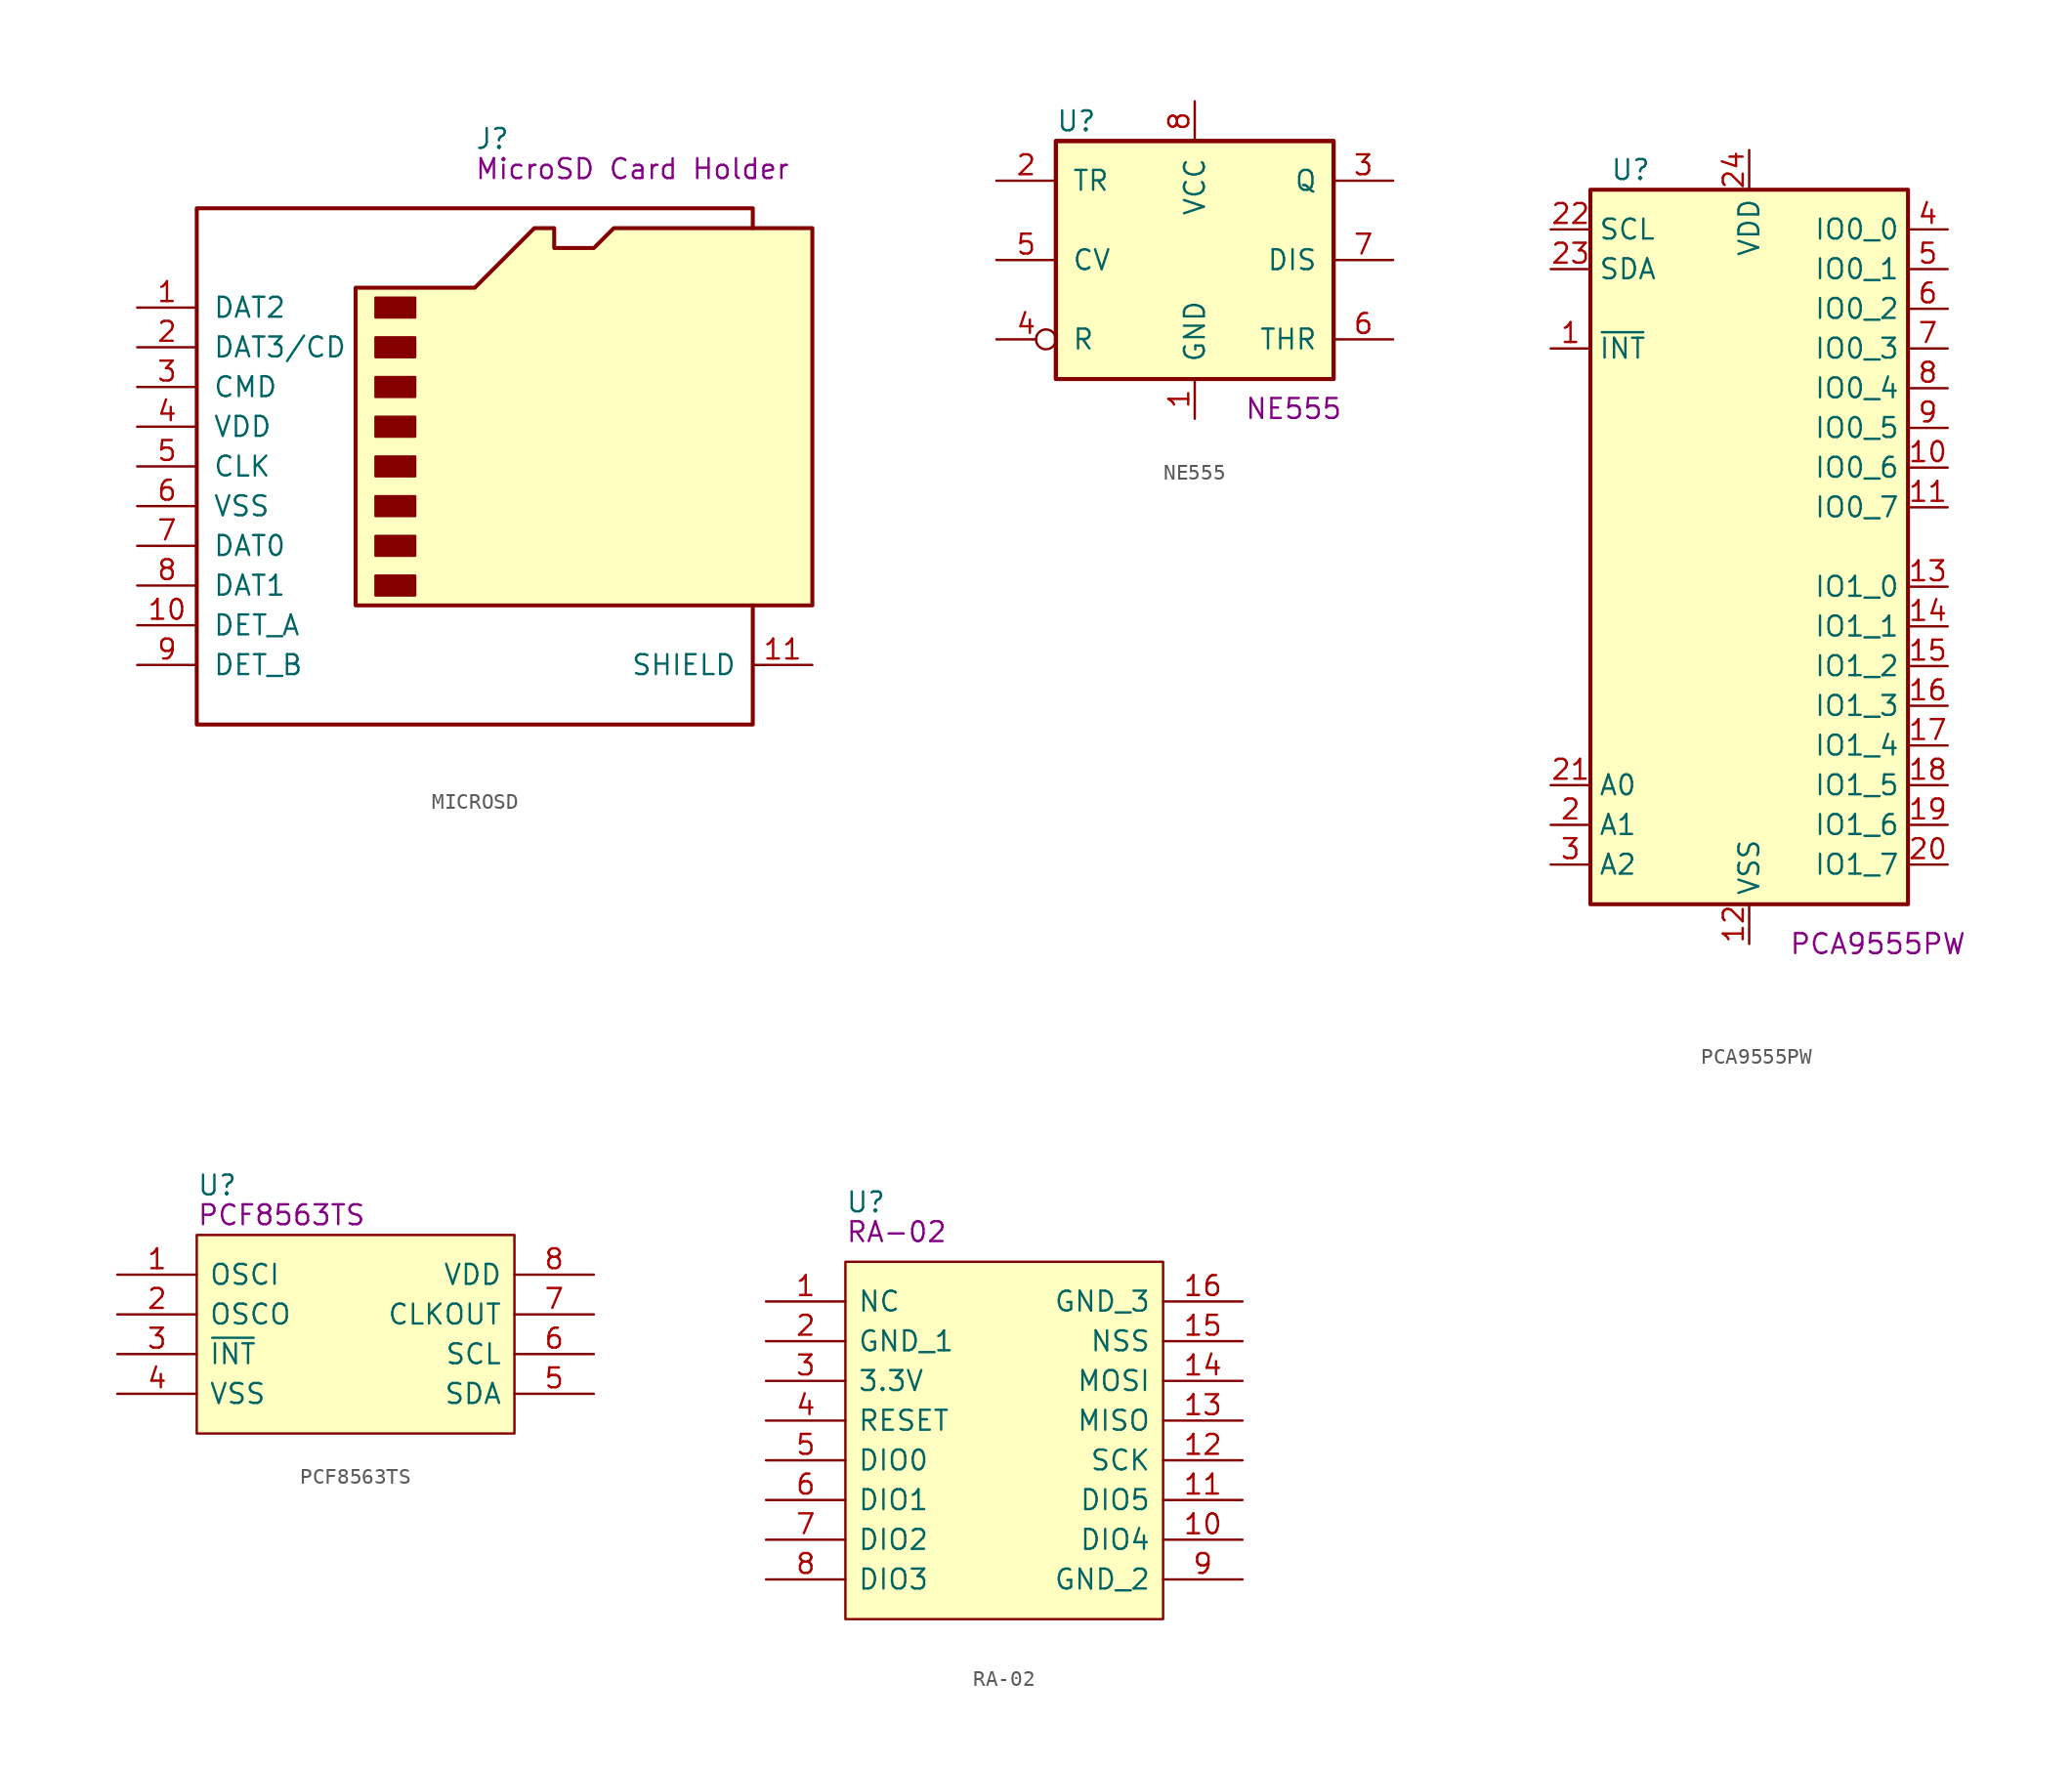
<source format=kicad_sym>
(kicad_symbol_lib
  (version 20211014)
  (generator kicad_symbol_editor)
  (symbol "MICROSD"
    (pin_names
      (offset 1.016))
    (property "Reference" "J"
      (at 0 20.32 0)
      (effects (font (size 1.27 1.27)) (justify left)))
    (property "Symbol" "MicroSD Card Holder"
      (at -0.025 18.39 0)
      (effects (font (size 1.27 1.27)) (justify left)))
    (symbol "MICROSD_0_1"
      (rectangle (start -6.35 -7.62) (end -3.81 -8.89) (stroke (width 0) (type default) (color 0 0 0 0)) (fill (type outline)))
      (rectangle (start -6.35 -5.08) (end -3.81 -6.35) (stroke (width 0) (type default) (color 0 0 0 0)) (fill (type outline)))
      (rectangle (start -6.35 -2.54) (end -3.81 -3.81) (stroke (width 0) (type default) (color 0 0 0 0)) (fill (type outline)))
      (rectangle (start -6.35 0) (end -3.81 -1.27) (stroke (width 0) (type default) (color 0 0 0 0)) (fill (type outline)))
      (rectangle (start -6.35 2.54) (end -3.81 1.27) (stroke (width 0) (type default) (color 0 0 0 0)) (fill (type outline)))
      (rectangle (start -6.35 5.08) (end -3.81 3.81) (stroke (width 0) (type default) (color 0 0 0 0)) (fill (type outline)))
      (rectangle (start -6.35 7.62) (end -3.81 6.35) (stroke (width 0) (type default) (color 0 0 0 0)) (fill (type outline)))
      (rectangle (start -6.35 10.16) (end -3.81 8.89) (stroke (width 0) (type default) (color 0 0 0 0)) (fill (type outline)))
      (polyline (pts (xy 17.78 14.605) (xy 17.78 15.875) (xy -17.78 15.875) (xy -17.78 -17.145) (xy 17.78 -17.145) (xy 17.78 -9.525)) (stroke (width 0.254) (type default) (color 0 0 0 0)) (fill (type none)))
      (polyline (pts (xy -7.62 -9.525) (xy -7.62 10.795) (xy 0 10.795) (xy 3.81 14.605) (xy 5.08 14.605) (xy 5.08 13.335) (xy 7.62 13.335) (xy 8.89 14.605) (xy 21.59 14.605) (xy 21.59 -9.525) (xy -7.62 -9.525)) (stroke (width 0.254) (type default) (color 0 0 0 0)) (fill (type background))))
    (symbol "MICROSD_1_1"
      (pin bidirectional line (at -21.59 9.525 0) (length 3.81) (name "DAT2" (effects (font (size 1.27 1.27)))) (number "1" (effects (font (size 1.27 1.27)))))
      (pin passive line (at -21.59 -10.795 0) (length 3.81) (name "DET_A" (effects (font (size 1.27 1.27)))) (number "10" (effects (font (size 1.27 1.27)))))
      (pin passive line (at 21.59 -13.335 180) (length 3.81) (name "SHIELD" (effects (font (size 1.27 1.27)))) (number "11" (effects (font (size 1.27 1.27)))))
      (pin bidirectional line (at -21.59 6.985 0) (length 3.81) (name "DAT3/CD" (effects (font (size 1.27 1.27)))) (number "2" (effects (font (size 1.27 1.27)))))
      (pin input line (at -21.59 4.445 0) (length 3.81) (name "CMD" (effects (font (size 1.27 1.27)))) (number "3" (effects (font (size 1.27 1.27)))))
      (pin power_in line (at -21.59 1.905 0) (length 3.81) (name "VDD" (effects (font (size 1.27 1.27)))) (number "4" (effects (font (size 1.27 1.27)))))
      (pin input line (at -21.59 -0.635 0) (length 3.81) (name "CLK" (effects (font (size 1.27 1.27)))) (number "5" (effects (font (size 1.27 1.27)))))
      (pin power_in line (at -21.59 -3.175 0) (length 3.81) (name "VSS" (effects (font (size 1.27 1.27)))) (number "6" (effects (font (size 1.27 1.27)))))
      (pin bidirectional line (at -21.59 -5.715 0) (length 3.81) (name "DAT0" (effects (font (size 1.27 1.27)))) (number "7" (effects (font (size 1.27 1.27)))))
      (pin bidirectional line (at -21.59 -8.255 0) (length 3.81) (name "DAT1" (effects (font (size 1.27 1.27)))) (number "8" (effects (font (size 1.27 1.27)))))
      (pin passive line (at -21.59 -13.335 0) (length 3.81) (name "DET_B" (effects (font (size 1.27 1.27)))) (number "9" (effects (font (size 1.27 1.27)))))))
  (symbol "NE555"
    (pin_names
      (offset 1.016))
    (property "Reference" "U"
      (at -8.89 8.89 0)
      (effects (font (size 1.27 1.27)) (justify left)))
    (property "Symbol" "NE555"
      (at 3.175 -9.525 0)
      (effects (font (size 1.27 1.27)) (justify left)))
    (symbol "NE555_0_0"
      (pin power_in line (at 0 -10.16 90) (length 2.54) (name "GND" (effects (font (size 1.27 1.27)))) (number "1" (effects (font (size 1.27 1.27)))))
      (pin power_in line (at 0 10.16 270) (length 2.54) (name "VCC" (effects (font (size 1.27 1.27)))) (number "8" (effects (font (size 1.27 1.27))))))
    (symbol "NE555_0_1"
      (rectangle (start -8.89 -7.62) (end 8.89 7.62) (stroke (width 0.254) (type default) (color 0 0 0 0)) (fill (type background)))
      (rectangle (start -8.89 -7.62) (end 8.89 7.62) (stroke (width 0.254) (type default) (color 0 0 0 0)) (fill (type background))))
    (symbol "NE555_1_1"
      (pin input line (at -12.7 5.08 0) (length 3.81) (name "TR" (effects (font (size 1.27 1.27)))) (number "2" (effects (font (size 1.27 1.27)))))
      (pin output line (at 12.7 5.08 180) (length 3.81) (name "Q" (effects (font (size 1.27 1.27)))) (number "3" (effects (font (size 1.27 1.27)))))
      (pin input inverted (at -12.7 -5.08 0) (length 3.81) (name "R" (effects (font (size 1.27 1.27)))) (number "4" (effects (font (size 1.27 1.27)))))
      (pin passive line (at -12.7 0 0) (length 3.81) (name "CV" (effects (font (size 1.27 1.27)))) (number "5" (effects (font (size 1.27 1.27)))))
      (pin input line (at 12.7 -5.08 180) (length 3.81) (name "THR" (effects (font (size 1.27 1.27)))) (number "6" (effects (font (size 1.27 1.27)))))
      (pin input line (at 12.7 0 180) (length 3.81) (name "DIS" (effects (font (size 1.27 1.27)))) (number "7" (effects (font (size 1.27 1.27)))))))
  (symbol "PCA9555PW"
    (property "Reference" "U"
      (at -8.89 24.13 0)
      (effects (font (size 1.27 1.27)) (justify left)))
    (property "Symbol" "PCA9555PW"
      (at 2.54 -25.4 0)
      (effects (font (size 1.27 1.27)) (justify left)))
    (symbol "PCA9555PW_0_1"
      (rectangle (start -10.16 22.86) (end 10.16 -22.86) (stroke (width 0.254) (type default) (color 0 0 0 0)) (fill (type background))))
    (symbol "PCA9555PW_1_1"
      (pin open_collector line (at -12.7 12.7 0) (length 2.54) (name "~{INT}" (effects (font (size 1.27 1.27)))) (number "1" (effects (font (size 1.27 1.27)))))
      (pin bidirectional line (at 12.7 5.08 180) (length 2.54) (name "IO0_6" (effects (font (size 1.27 1.27)))) (number "10" (effects (font (size 1.27 1.27)))))
      (pin bidirectional line (at 12.7 2.54 180) (length 2.54) (name "IO0_7" (effects (font (size 1.27 1.27)))) (number "11" (effects (font (size 1.27 1.27)))))
      (pin power_in line (at 0 -25.4 90) (length 2.54) (name "VSS" (effects (font (size 1.27 1.27)))) (number "12" (effects (font (size 1.27 1.27)))))
      (pin bidirectional line (at 12.7 -2.54 180) (length 2.54) (name "IO1_0" (effects (font (size 1.27 1.27)))) (number "13" (effects (font (size 1.27 1.27)))))
      (pin bidirectional line (at 12.7 -5.08 180) (length 2.54) (name "IO1_1" (effects (font (size 1.27 1.27)))) (number "14" (effects (font (size 1.27 1.27)))))
      (pin bidirectional line (at 12.7 -7.62 180) (length 2.54) (name "IO1_2" (effects (font (size 1.27 1.27)))) (number "15" (effects (font (size 1.27 1.27)))))
      (pin bidirectional line (at 12.7 -10.16 180) (length 2.54) (name "IO1_3" (effects (font (size 1.27 1.27)))) (number "16" (effects (font (size 1.27 1.27)))))
      (pin bidirectional line (at 12.7 -12.7 180) (length 2.54) (name "IO1_4" (effects (font (size 1.27 1.27)))) (number "17" (effects (font (size 1.27 1.27)))))
      (pin bidirectional line (at 12.7 -15.24 180) (length 2.54) (name "IO1_5" (effects (font (size 1.27 1.27)))) (number "18" (effects (font (size 1.27 1.27)))))
      (pin bidirectional line (at 12.7 -17.78 180) (length 2.54) (name "IO1_6" (effects (font (size 1.27 1.27)))) (number "19" (effects (font (size 1.27 1.27)))))
      (pin input line (at -12.7 -17.78 0) (length 2.54) (name "A1" (effects (font (size 1.27 1.27)))) (number "2" (effects (font (size 1.27 1.27)))))
      (pin bidirectional line (at 12.7 -20.32 180) (length 2.54) (name "IO1_7" (effects (font (size 1.27 1.27)))) (number "20" (effects (font (size 1.27 1.27)))))
      (pin input line (at -12.7 -15.24 0) (length 2.54) (name "A0" (effects (font (size 1.27 1.27)))) (number "21" (effects (font (size 1.27 1.27)))))
      (pin input line (at -12.7 20.32 0) (length 2.54) (name "SCL" (effects (font (size 1.27 1.27)))) (number "22" (effects (font (size 1.27 1.27)))))
      (pin bidirectional line (at -12.7 17.78 0) (length 2.54) (name "SDA" (effects (font (size 1.27 1.27)))) (number "23" (effects (font (size 1.27 1.27)))))
      (pin power_in line (at 0 25.4 270) (length 2.54) (name "VDD" (effects (font (size 1.27 1.27)))) (number "24" (effects (font (size 1.27 1.27)))))
      (pin input line (at -12.7 -20.32 0) (length 2.54) (name "A2" (effects (font (size 1.27 1.27)))) (number "3" (effects (font (size 1.27 1.27)))))
      (pin bidirectional line (at 12.7 20.32 180) (length 2.54) (name "IO0_0" (effects (font (size 1.27 1.27)))) (number "4" (effects (font (size 1.27 1.27)))))
      (pin bidirectional line (at 12.7 17.78 180) (length 2.54) (name "IO0_1" (effects (font (size 1.27 1.27)))) (number "5" (effects (font (size 1.27 1.27)))))
      (pin bidirectional line (at 12.7 15.24 180) (length 2.54) (name "IO0_2" (effects (font (size 1.27 1.27)))) (number "6" (effects (font (size 1.27 1.27)))))
      (pin bidirectional line (at 12.7 12.7 180) (length 2.54) (name "IO0_3" (effects (font (size 1.27 1.27)))) (number "7" (effects (font (size 1.27 1.27)))))
      (pin bidirectional line (at 12.7 10.16 180) (length 2.54) (name "IO0_4" (effects (font (size 1.27 1.27)))) (number "8" (effects (font (size 1.27 1.27)))))
      (pin bidirectional line (at 12.7 7.62 180) (length 2.54) (name "IO0_5" (effects (font (size 1.27 1.27)))) (number "9" (effects (font (size 1.27 1.27)))))))
  (symbol "PCF8563TS"
    (pin_names
      (offset 0.762))
    (property "Reference" "U"
      (at -10.16 9.525 0)
      (effects (font (size 1.27 1.27)) (justify left)))
    (property "Symbol" "PCF8563TS"
      (at -10.16 7.62 0)
      (effects (font (size 1.27 1.27)) (justify left)))
    (symbol "PCF8563TS_0_0"
      (pin passive line (at -15.24 3.81 0) (length 5.08) (name "OSCI" (effects (font (size 1.27 1.27)))) (number "1" (effects (font (size 1.27 1.27)))))
      (pin passive line (at -15.24 1.27 0) (length 5.08) (name "OSCO" (effects (font (size 1.27 1.27)))) (number "2" (effects (font (size 1.27 1.27)))))
      (pin passive line (at -15.24 -1.27 0) (length 5.08) (name "~{INT}" (effects (font (size 1.27 1.27)))) (number "3" (effects (font (size 1.27 1.27)))))
      (pin passive line (at -15.24 -3.81 0) (length 5.08) (name "VSS" (effects (font (size 1.27 1.27)))) (number "4" (effects (font (size 1.27 1.27)))))
      (pin passive line (at 15.24 -3.81 180) (length 5.08) (name "SDA" (effects (font (size 1.27 1.27)))) (number "5" (effects (font (size 1.27 1.27)))))
      (pin passive line (at 15.24 -1.27 180) (length 5.08) (name "SCL" (effects (font (size 1.27 1.27)))) (number "6" (effects (font (size 1.27 1.27)))))
      (pin passive line (at 15.24 1.27 180) (length 5.08) (name "CLKOUT" (effects (font (size 1.27 1.27)))) (number "7" (effects (font (size 1.27 1.27)))))
      (pin passive line (at 15.24 3.81 180) (length 5.08) (name "VDD" (effects (font (size 1.27 1.27)))) (number "8" (effects (font (size 1.27 1.27))))))
    (symbol "PCF8563TS_0_1"
      (polyline (pts (xy -10.16 6.35) (xy 10.16 6.35) (xy 10.16 -6.35) (xy -10.16 -6.35) (xy -10.16 6.35)) (stroke (width 0.152) (type default) (color 0 0 0 0)) (fill (type background)))))
  (symbol "RA-02"
    (pin_names
      (offset 0.762))
    (property "Reference" "U"
      (at -10.16 15.24 0)
      (effects (font (size 1.27 1.27)) (justify left)))
    (property "Symbol" "RA-02"
      (at -10.16 13.335 0)
      (effects (font (size 1.27 1.27)) (justify left)))
    (symbol "RA-02_0_0"
      (pin passive line (at -15.24 8.89 0) (length 5.08) (name "NC" (effects (font (size 1.27 1.27)))) (number "1" (effects (font (size 1.27 1.27)))))
      (pin passive line (at 15.24 -6.35 180) (length 5.08) (name "DIO4" (effects (font (size 1.27 1.27)))) (number "10" (effects (font (size 1.27 1.27)))))
      (pin passive line (at 15.24 -3.81 180) (length 5.08) (name "DIO5" (effects (font (size 1.27 1.27)))) (number "11" (effects (font (size 1.27 1.27)))))
      (pin passive line (at 15.24 -1.27 180) (length 5.08) (name "SCK" (effects (font (size 1.27 1.27)))) (number "12" (effects (font (size 1.27 1.27)))))
      (pin passive line (at 15.24 1.27 180) (length 5.08) (name "MISO" (effects (font (size 1.27 1.27)))) (number "13" (effects (font (size 1.27 1.27)))))
      (pin passive line (at 15.24 3.81 180) (length 5.08) (name "MOSI" (effects (font (size 1.27 1.27)))) (number "14" (effects (font (size 1.27 1.27)))))
      (pin passive line (at 15.24 6.35 180) (length 5.08) (name "NSS" (effects (font (size 1.27 1.27)))) (number "15" (effects (font (size 1.27 1.27)))))
      (pin passive line (at 15.24 8.89 180) (length 5.08) (name "GND_3" (effects (font (size 1.27 1.27)))) (number "16" (effects (font (size 1.27 1.27)))))
      (pin passive line (at -15.24 6.35 0) (length 5.08) (name "GND_1" (effects (font (size 1.27 1.27)))) (number "2" (effects (font (size 1.27 1.27)))))
      (pin passive line (at -15.24 3.81 0) (length 5.08) (name "3.3V" (effects (font (size 1.27 1.27)))) (number "3" (effects (font (size 1.27 1.27)))))
      (pin passive line (at -15.24 1.27 0) (length 5.08) (name "RESET" (effects (font (size 1.27 1.27)))) (number "4" (effects (font (size 1.27 1.27)))))
      (pin passive line (at -15.24 -1.27 0) (length 5.08) (name "DIO0" (effects (font (size 1.27 1.27)))) (number "5" (effects (font (size 1.27 1.27)))))
      (pin passive line (at -15.24 -3.81 0) (length 5.08) (name "DIO1" (effects (font (size 1.27 1.27)))) (number "6" (effects (font (size 1.27 1.27)))))
      (pin passive line (at -15.24 -6.35 0) (length 5.08) (name "DIO2" (effects (font (size 1.27 1.27)))) (number "7" (effects (font (size 1.27 1.27)))))
      (pin passive line (at -15.24 -8.89 0) (length 5.08) (name "DIO3" (effects (font (size 1.27 1.27)))) (number "8" (effects (font (size 1.27 1.27)))))
      (pin passive line (at 15.24 -8.89 180) (length 5.08) (name "GND_2" (effects (font (size 1.27 1.27)))) (number "9" (effects (font (size 1.27 1.27))))))
    (symbol "RA-02_0_1"
      (polyline (pts (xy -10.16 11.43) (xy 10.16 11.43) (xy 10.16 -11.43) (xy -10.16 -11.43) (xy -10.16 11.43)) (stroke (width 0.152) (type default) (color 0 0 0 0)) (fill (type background))))))
</source>
